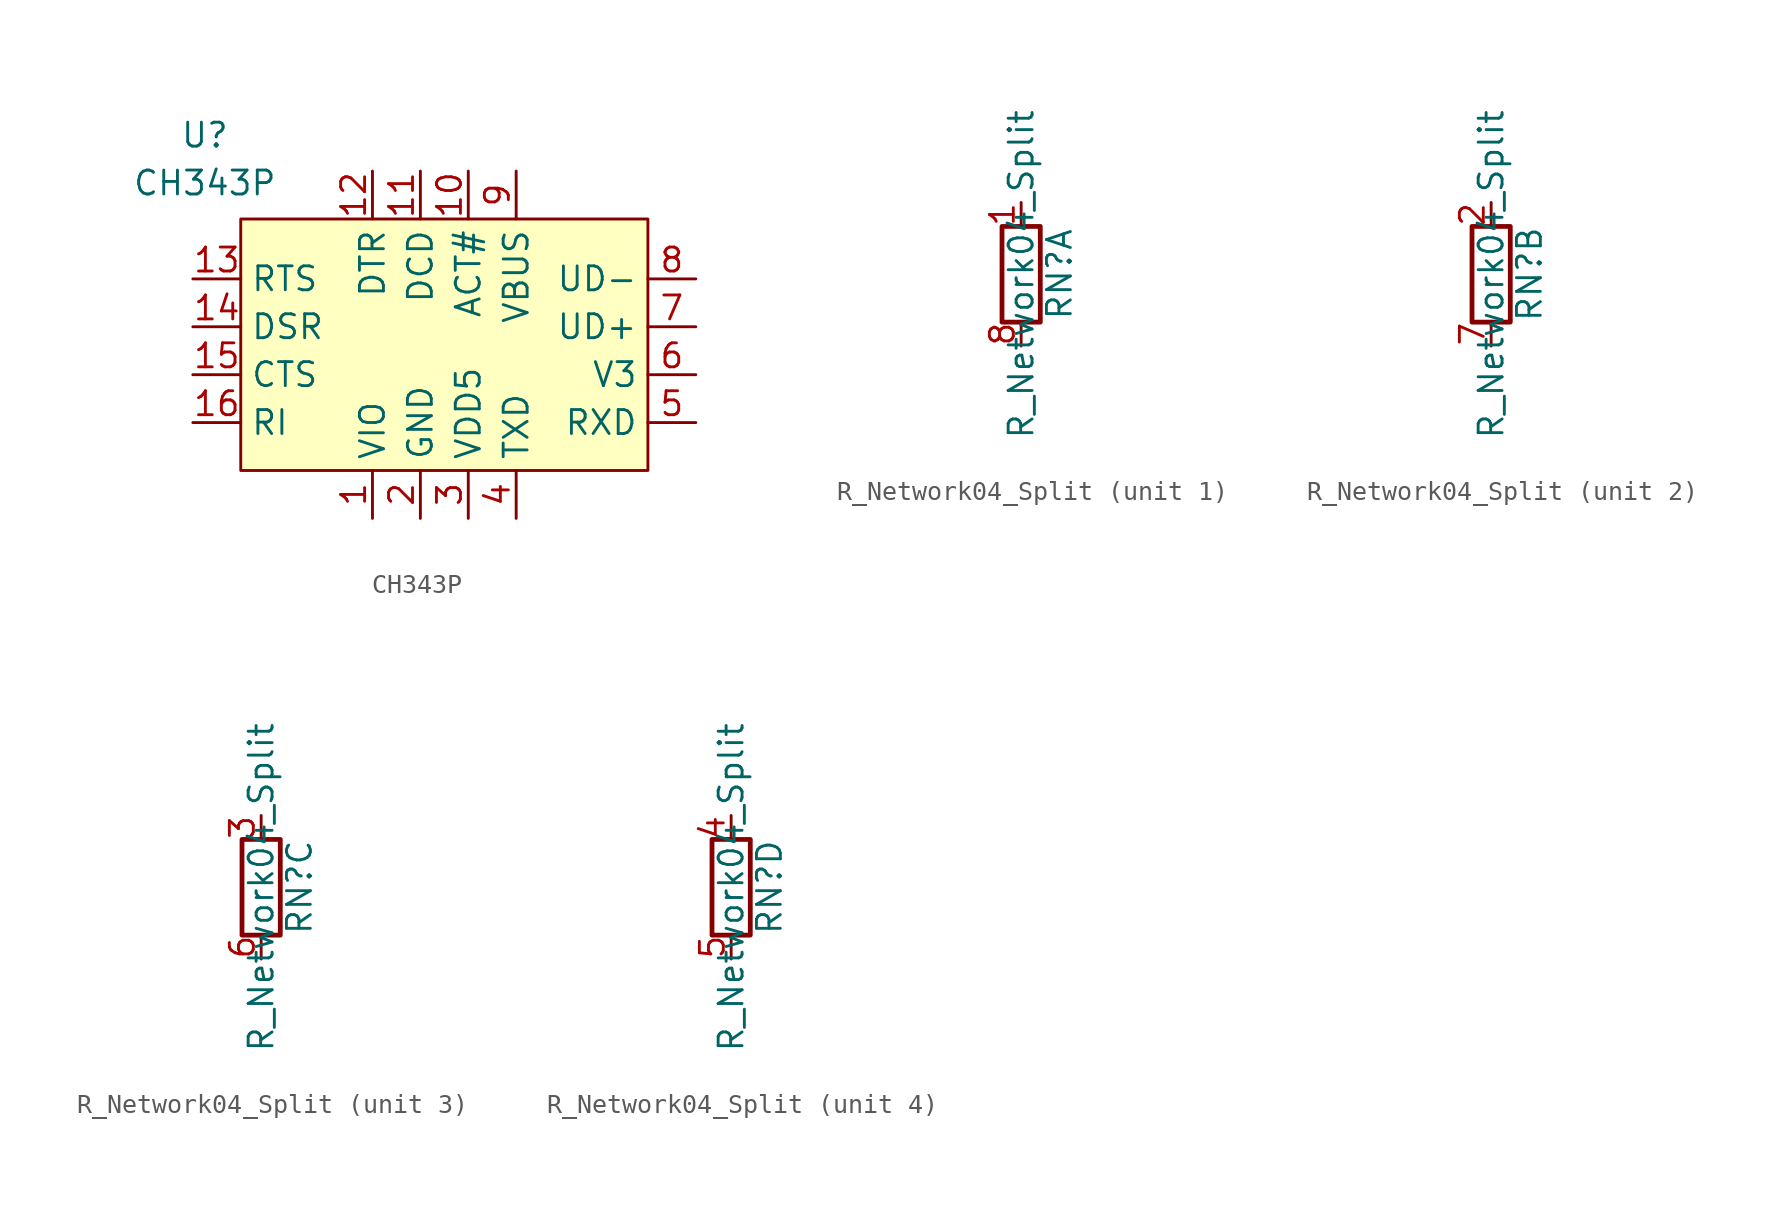
<source format=kicad_sym>
(kicad_symbol_lib
  (version 20220914)
  (generator kicad_symbol_editor)
  (symbol "CH343P"
    (property "Reference" "U"
      (at -12.7 11.43 0)
      (effects (font (size 1.27 1.27))))
    (property "Value" "CH343P"
      (at -12.7 8.89 0)
      (effects (font (size 1.27 1.27))))
    (symbol "CH343P_1_1"
      (rectangle (start -10.795 6.985) (end 10.795 -6.35) (stroke (width 0) (type default)) (fill (type background)))
      (pin passive line (at -3.81 -8.89 90) (length 2.54) (name "VIO" (effects (font (size 1.27 1.27)))) (number "1" (effects (font (size 1.27 1.27)))))
      (pin passive line (at 1.27 9.525 270) (length 2.54) (name "ACT#" (effects (font (size 1.27 1.27)))) (number "10" (effects (font (size 1.27 1.27)))))
      (pin passive line (at -1.27 9.525 270) (length 2.54) (name "DCD" (effects (font (size 1.27 1.27)))) (number "11" (effects (font (size 1.27 1.27)))))
      (pin passive line (at -3.81 9.525 270) (length 2.54) (name "DTR" (effects (font (size 1.27 1.27)))) (number "12" (effects (font (size 1.27 1.27)))))
      (pin passive line (at -13.335 3.81 0) (length 2.54) (name "RTS" (effects (font (size 1.27 1.27)))) (number "13" (effects (font (size 1.27 1.27)))))
      (pin passive line (at -13.335 1.27 0) (length 2.54) (name "DSR" (effects (font (size 1.27 1.27)))) (number "14" (effects (font (size 1.27 1.27)))))
      (pin passive line (at -13.335 -1.27 0) (length 2.54) (name "CTS" (effects (font (size 1.27 1.27)))) (number "15" (effects (font (size 1.27 1.27)))))
      (pin passive line (at -13.335 -3.81 0) (length 2.54) (name "RI" (effects (font (size 1.27 1.27)))) (number "16" (effects (font (size 1.27 1.27)))))
      (pin passive line (at -1.27 -8.89 90) (length 2.54) hide (name "GND" (effects (font (size 1.27 1.27)))) (number "17" (effects (font (size 1.27 1.27)))))
      (pin passive line (at -1.27 -8.89 90) (length 2.54) (name "GND" (effects (font (size 1.27 1.27)))) (number "2" (effects (font (size 1.27 1.27)))))
      (pin passive line (at 1.27 -8.89 90) (length 2.54) (name "VDD5" (effects (font (size 1.27 1.27)))) (number "3" (effects (font (size 1.27 1.27)))))
      (pin passive line (at 3.81 -8.89 90) (length 2.54) (name "TXD" (effects (font (size 1.27 1.27)))) (number "4" (effects (font (size 1.27 1.27)))))
      (pin passive line (at 13.335 -3.81 180) (length 2.54) (name "RXD" (effects (font (size 1.27 1.27)))) (number "5" (effects (font (size 1.27 1.27)))))
      (pin passive line (at 13.335 -1.27 180) (length 2.54) (name "V3" (effects (font (size 1.27 1.27)))) (number "6" (effects (font (size 1.27 1.27)))))
      (pin passive line (at 13.335 1.27 180) (length 2.54) (name "UD+" (effects (font (size 1.27 1.27)))) (number "7" (effects (font (size 1.27 1.27)))))
      (pin passive line (at 13.335 3.81 180) (length 2.54) (name "UD-" (effects (font (size 1.27 1.27)))) (number "8" (effects (font (size 1.27 1.27)))))
      (pin passive line (at 3.81 9.525 270) (length 2.54) (name "VBUS" (effects (font (size 1.27 1.27)))) (number "9" (effects (font (size 1.27 1.27)))))))
  (symbol "R_Network04_Split"
    (pin_names
      (offset 0) hide)
    (property "Reference" "RN"
      (at 2.032 0 90)
      (effects (font (size 1.27 1.27))))
    (property "Value" "R_Network04_Split"
      (at 0 0 90)
      (effects (font (size 1.27 1.27))))
    (symbol "R_Network04_Split_0_1"
      (rectangle (start -1.016 2.54) (end 1.016 -2.54) (stroke (width 0.254) (type default)) (fill (type none))))
    (symbol "R_Network04_Split_1_1"
      (pin passive line (at 0 3.81 270) (length 1.27) (name "R1.1" (effects (font (size 1.27 1.27)))) (number "1" (effects (font (size 1.27 1.27)))))
      (pin passive line (at 0 -3.81 90) (length 1.27) (name "R1.2" (effects (font (size 1.27 1.27)))) (number "8" (effects (font (size 1.27 1.27))))))
    (symbol "R_Network04_Split_2_1"
      (pin passive line (at 0 3.81 270) (length 1.27) (name "R2.1" (effects (font (size 1.27 1.27)))) (number "2" (effects (font (size 1.27 1.27)))))
      (pin passive line (at 0 -3.81 90) (length 1.27) (name "R2.2" (effects (font (size 1.27 1.27)))) (number "7" (effects (font (size 1.27 1.27))))))
    (symbol "R_Network04_Split_3_0"
      (pin passive line (at 0 -3.81 90) (length 1.27) (name "R3.2" (effects (font (size 1.27 1.27)))) (number "6" (effects (font (size 1.27 1.27))))))
    (symbol "R_Network04_Split_3_1"
      (pin passive line (at 0 3.81 270) (length 1.27) (name "R3.1" (effects (font (size 1.27 1.27)))) (number "3" (effects (font (size 1.27 1.27))))))
    (symbol "R_Network04_Split_4_0"
      (pin passive line (at 0 3.81 270) (length 1.27) (name "R4.1" (effects (font (size 1.27 1.27)))) (number "4" (effects (font (size 1.27 1.27)))))
      (pin passive line (at 0 -3.81 90) (length 1.27) (name "R4.2" (effects (font (size 1.27 1.27)))) (number "5" (effects (font (size 1.27 1.27))))))))
</source>
